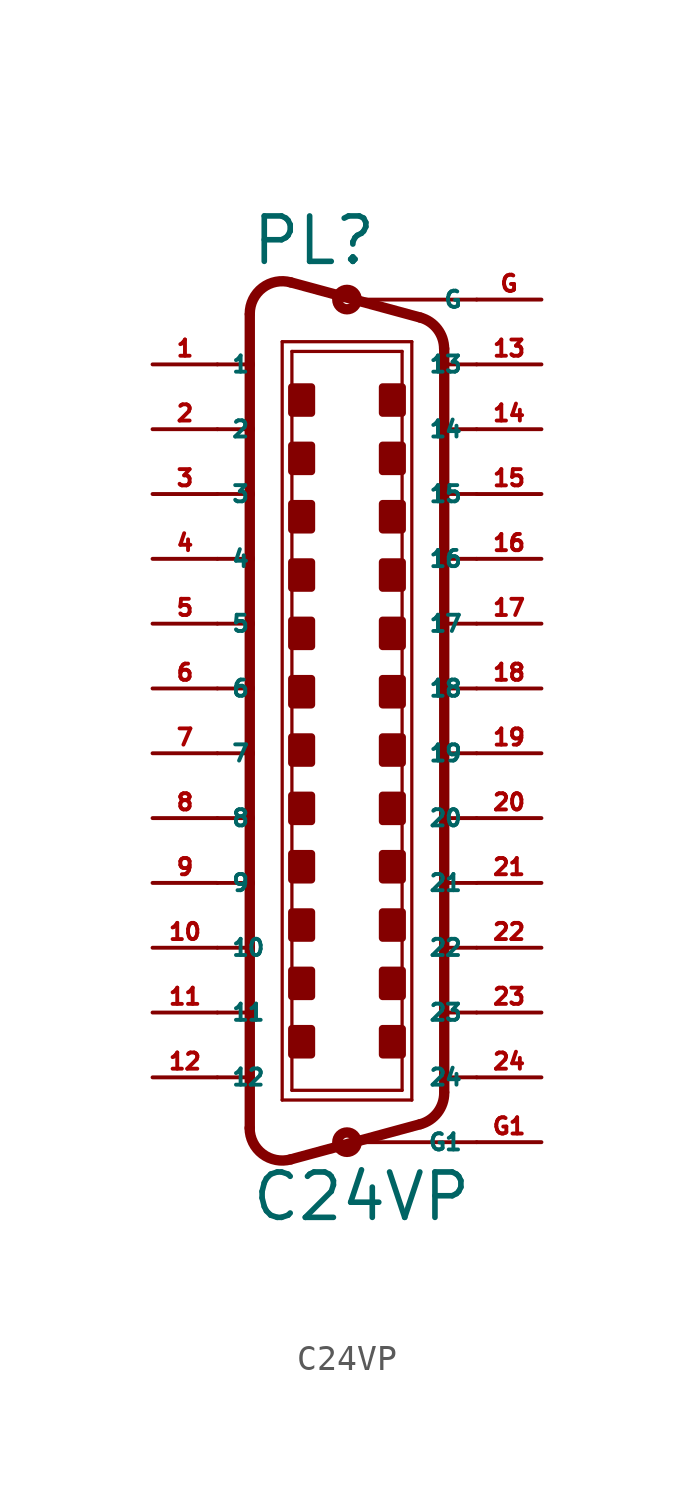
<source format=kicad_sym>
(kicad_symbol_lib
  (version 20220914)
  (generator Eagle2Kicad)
  (symbol "C24VP"
    (property "Reference" "PL"
      (at -3.81 19.05 0)
      (effects (font (size 1.778 1.778) (thickness 0.22)) (justify left bottom)))
    (property "Value" "C24VP"
      (at -3.81 -18.415 0)
      (effects (font (size 1.778 1.778) (thickness 0.22)) (justify left bottom)))
    (polyline
      (pts (xy -2.54 16.129) (xy 2.54 16.129))
      (stroke (width 0.127) (type default))
      (fill (type none)))
    (polyline
      (pts (xy -2.54 -13.589) (xy 2.54 -13.589))
      (stroke (width 0.127) (type default))
      (fill (type none)))
    (polyline
      (pts (xy -2.159 15.748) (xy 2.159 15.748))
      (stroke (width 0.127) (type default))
      (fill (type none)))
    (polyline
      (pts (xy 2.159 -13.208) (xy -2.159 -13.208))
      (stroke (width 0.127) (type default))
      (fill (type none)))
    (polyline
      (pts (xy 2.873 17.075) (xy -2.207 18.455))
      (stroke (width 0.406) (type default))
      (fill (type none)))
    (polyline
      (pts (xy 2.873 -14.535) (xy -2.207 -15.915))
      (stroke (width 0.406) (type default))
      (fill (type none)))
    (polyline
      (pts (xy -2.54 -13.589) (xy -2.54 16.129))
      (stroke (width 0.127) (type default))
      (fill (type none)))
    (polyline
      (pts (xy -3.81 17.184) (xy -3.81 15.24))
      (stroke (width 0.406) (type default))
      (fill (type none)))
    (polyline
      (pts (xy -3.81 15.24) (xy -3.81 12.7))
      (stroke (width 0.406) (type default))
      (fill (type none)))
    (polyline
      (pts (xy -3.81 12.7) (xy -3.81 10.16))
      (stroke (width 0.406) (type default))
      (fill (type none)))
    (polyline
      (pts (xy -3.81 10.16) (xy -3.81 7.62))
      (stroke (width 0.406) (type default))
      (fill (type none)))
    (polyline
      (pts (xy -3.81 7.62) (xy -3.81 5.08))
      (stroke (width 0.406) (type default))
      (fill (type none)))
    (polyline
      (pts (xy -3.81 5.08) (xy -3.81 2.54))
      (stroke (width 0.406) (type default))
      (fill (type none)))
    (polyline
      (pts (xy -3.81 2.54) (xy -3.81 0))
      (stroke (width 0.406) (type default))
      (fill (type none)))
    (polyline
      (pts (xy -3.81 0) (xy -3.81 -2.54))
      (stroke (width 0.406) (type default))
      (fill (type none)))
    (polyline
      (pts (xy -3.81 -2.54) (xy -3.81 -5.08))
      (stroke (width 0.406) (type default))
      (fill (type none)))
    (polyline
      (pts (xy -3.81 -5.08) (xy -3.81 -7.62))
      (stroke (width 0.406) (type default))
      (fill (type none)))
    (polyline
      (pts (xy -3.81 -7.62) (xy -3.81 -10.16))
      (stroke (width 0.406) (type default))
      (fill (type none)))
    (polyline
      (pts (xy -3.81 -10.16) (xy -3.81 -12.7))
      (stroke (width 0.406) (type default))
      (fill (type none)))
    (polyline
      (pts (xy -3.81 -12.7) (xy -3.81 -14.69))
      (stroke (width 0.406) (type default))
      (fill (type none)))
    (arc
      (start -3.81 -14.6898)
      (mid -3.311 -15.699)
      (end -2.207 -15.9154)
      (stroke (width 0.4064) (type default))
      (fill (type none)))
    (arc
      (start -2.207 18.4553)
      (mid -3.311 18.239)
      (end -3.81 17.2298)
      (stroke (width 0.4064) (type default))
      (fill (type none)))
    (polyline
      (pts (xy -2.159 -13.208) (xy -2.159 15.748))
      (stroke (width 0.127) (type default))
      (fill (type none)))
    (polyline
      (pts (xy 2.54 -13.589) (xy 2.54 16.129))
      (stroke (width 0.127) (type default))
      (fill (type none)))
    (polyline
      (pts (xy 3.81 -13.264) (xy 3.81 -12.7))
      (stroke (width 0.406) (type default))
      (fill (type none)))
    (polyline
      (pts (xy 3.81 -12.7) (xy 3.81 -10.16))
      (stroke (width 0.406) (type default))
      (fill (type none)))
    (polyline
      (pts (xy 3.81 -10.16) (xy 3.81 -7.62))
      (stroke (width 0.406) (type default))
      (fill (type none)))
    (polyline
      (pts (xy 3.81 -7.62) (xy 3.81 -5.08))
      (stroke (width 0.406) (type default))
      (fill (type none)))
    (polyline
      (pts (xy 3.81 -5.08) (xy 3.81 -2.54))
      (stroke (width 0.406) (type default))
      (fill (type none)))
    (polyline
      (pts (xy 3.81 -2.54) (xy 3.81 0))
      (stroke (width 0.406) (type default))
      (fill (type none)))
    (polyline
      (pts (xy 3.81 0) (xy 3.81 2.54))
      (stroke (width 0.406) (type default))
      (fill (type none)))
    (polyline
      (pts (xy 3.81 2.54) (xy 3.81 5.08))
      (stroke (width 0.406) (type default))
      (fill (type none)))
    (polyline
      (pts (xy 3.81 5.08) (xy 3.81 7.62))
      (stroke (width 0.406) (type default))
      (fill (type none)))
    (polyline
      (pts (xy 3.81 7.62) (xy 3.81 10.16))
      (stroke (width 0.406) (type default))
      (fill (type none)))
    (polyline
      (pts (xy 3.81 10.16) (xy 3.81 12.7))
      (stroke (width 0.406) (type default))
      (fill (type none)))
    (polyline
      (pts (xy 3.81 12.7) (xy 3.81 15.24))
      (stroke (width 0.406) (type default))
      (fill (type none)))
    (polyline
      (pts (xy 3.81 15.24) (xy 3.81 15.85))
      (stroke (width 0.406) (type default))
      (fill (type none)))
    (arc
      (start 2.873 -14.5351)
      (mid 3.549 -14.081)
      (end 3.81 -13.3096)
      (stroke (width 0.4064) (type default))
      (fill (type none)))
    (polyline
      (pts (xy 2.159 15.748) (xy 2.159 -13.208))
      (stroke (width 0.127) (type default))
      (fill (type none)))
    (arc
      (start 3.81 15.8496)
      (mid 3.549 16.621)
      (end 2.873 17.0752)
      (stroke (width 0.4064) (type default))
      (fill (type none)))
    (polyline
      (pts (xy -5.08 15.24) (xy -3.81 15.24))
      (stroke (width 0.152) (type default))
      (fill (type none)))
    (polyline
      (pts (xy -5.08 12.7) (xy -3.81 12.7))
      (stroke (width 0.152) (type default))
      (fill (type none)))
    (polyline
      (pts (xy -5.08 10.16) (xy -3.81 10.16))
      (stroke (width 0.152) (type default))
      (fill (type none)))
    (polyline
      (pts (xy -5.08 -5.08) (xy -3.81 -5.08))
      (stroke (width 0.152) (type default))
      (fill (type none)))
    (polyline
      (pts (xy -5.08 -7.62) (xy -3.81 -7.62))
      (stroke (width 0.152) (type default))
      (fill (type none)))
    (polyline
      (pts (xy -5.08 -10.16) (xy -3.81 -10.16))
      (stroke (width 0.152) (type default))
      (fill (type none)))
    (polyline
      (pts (xy -5.08 -12.7) (xy -3.81 -12.7))
      (stroke (width 0.152) (type default))
      (fill (type none)))
    (polyline
      (pts (xy 5.08 -12.7) (xy 3.81 -12.7))
      (stroke (width 0.152) (type default))
      (fill (type none)))
    (polyline
      (pts (xy 5.08 -10.16) (xy 3.81 -10.16))
      (stroke (width 0.152) (type default))
      (fill (type none)))
    (polyline
      (pts (xy 5.08 -7.62) (xy 3.81 -7.62))
      (stroke (width 0.152) (type default))
      (fill (type none)))
    (polyline
      (pts (xy 5.08 -5.08) (xy 3.81 -5.08))
      (stroke (width 0.152) (type default))
      (fill (type none)))
    (polyline
      (pts (xy 5.08 10.16) (xy 3.81 10.16))
      (stroke (width 0.152) (type default))
      (fill (type none)))
    (polyline
      (pts (xy 5.08 12.7) (xy 3.81 12.7))
      (stroke (width 0.152) (type default))
      (fill (type none)))
    (polyline
      (pts (xy 5.08 15.24) (xy 3.81 15.24))
      (stroke (width 0.152) (type default))
      (fill (type none)))
    (polyline
      (pts (xy 5.08 7.62) (xy 3.81 7.62))
      (stroke (width 0.152) (type default))
      (fill (type none)))
    (polyline
      (pts (xy 5.08 5.08) (xy 3.81 5.08))
      (stroke (width 0.152) (type default))
      (fill (type none)))
    (polyline
      (pts (xy 5.08 2.54) (xy 3.81 2.54))
      (stroke (width 0.152) (type default))
      (fill (type none)))
    (polyline
      (pts (xy 5.08 0) (xy 3.81 0))
      (stroke (width 0.152) (type default))
      (fill (type none)))
    (polyline
      (pts (xy 5.08 -2.54) (xy 3.81 -2.54))
      (stroke (width 0.152) (type default))
      (fill (type none)))
    (polyline
      (pts (xy -3.81 7.62) (xy -5.08 7.62))
      (stroke (width 0.152) (type default))
      (fill (type none)))
    (polyline
      (pts (xy -3.81 5.08) (xy -5.08 5.08))
      (stroke (width 0.152) (type default))
      (fill (type none)))
    (polyline
      (pts (xy -3.81 2.54) (xy -5.08 2.54))
      (stroke (width 0.152) (type default))
      (fill (type none)))
    (polyline
      (pts (xy -3.81 0) (xy -5.08 0))
      (stroke (width 0.152) (type default))
      (fill (type none)))
    (polyline
      (pts (xy -3.81 -2.54) (xy -5.08 -2.54))
      (stroke (width 0.152) (type default))
      (fill (type none)))
    (polyline
      (pts (xy 5.08 17.78) (xy 0 17.78))
      (stroke (width 0.152) (type default))
      (fill (type none)))
    (polyline
      (pts (xy 5.08 -15.24) (xy 0 -15.24))
      (stroke (width 0.152) (type default))
      (fill (type none)))
    (circle
      (center 0 17.78)
      (radius 0.381)
      (stroke (width 0.406) (type default))
      (fill (type none)))
    (circle
      (center 0 -15.24)
      (radius 0.381)
      (stroke (width 0.406) (type default))
      (fill (type none)))
    (rectangle
      (start -2.159 13.335)
      (end -1.397 14.351)
      (stroke (width 0.3) (type default))
      (fill (type outline)))
    (rectangle
      (start -2.159 11.049)
      (end -1.397 12.065)
      (stroke (width 0.3) (type default))
      (fill (type outline)))
    (rectangle
      (start 1.397 13.335)
      (end 2.159 14.351)
      (stroke (width 0.3) (type default))
      (fill (type outline)))
    (rectangle
      (start 1.397 11.049)
      (end 2.159 12.065)
      (stroke (width 0.3) (type default))
      (fill (type outline)))
    (rectangle
      (start -2.159 8.763)
      (end -1.397 9.779)
      (stroke (width 0.3) (type default))
      (fill (type outline)))
    (rectangle
      (start -2.159 6.477)
      (end -1.397 7.493)
      (stroke (width 0.3) (type default))
      (fill (type outline)))
    (rectangle
      (start 1.397 8.763)
      (end 2.159 9.779)
      (stroke (width 0.3) (type default))
      (fill (type outline)))
    (rectangle
      (start 1.397 6.477)
      (end 2.159 7.493)
      (stroke (width 0.3) (type default))
      (fill (type outline)))
    (rectangle
      (start -2.159 4.191)
      (end -1.397 5.207)
      (stroke (width 0.3) (type default))
      (fill (type outline)))
    (rectangle
      (start -2.159 -4.953)
      (end -1.397 -3.937)
      (stroke (width 0.3) (type default))
      (fill (type outline)))
    (rectangle
      (start 1.397 -4.953)
      (end 2.159 -3.937)
      (stroke (width 0.3) (type default))
      (fill (type outline)))
    (rectangle
      (start 1.397 -7.239)
      (end 2.159 -6.223)
      (stroke (width 0.3) (type default))
      (fill (type outline)))
    (rectangle
      (start -2.159 -7.239)
      (end -1.397 -6.223)
      (stroke (width 0.3) (type default))
      (fill (type outline)))
    (rectangle
      (start -2.159 -9.525)
      (end -1.397 -8.509)
      (stroke (width 0.3) (type default))
      (fill (type outline)))
    (rectangle
      (start 1.397 -2.667)
      (end 2.159 -1.651)
      (stroke (width 0.3) (type default))
      (fill (type outline)))
    (rectangle
      (start 1.397 -9.525)
      (end 2.159 -8.509)
      (stroke (width 0.3) (type default))
      (fill (type outline)))
    (rectangle
      (start -2.159 -11.811)
      (end -1.397 -10.795)
      (stroke (width 0.3) (type default))
      (fill (type outline)))
    (rectangle
      (start 1.397 -11.811)
      (end 2.159 -10.795)
      (stroke (width 0.3) (type default))
      (fill (type outline)))
    (rectangle
      (start -2.159 1.905)
      (end -1.397 2.921)
      (stroke (width 0.3) (type default))
      (fill (type outline)))
    (rectangle
      (start -2.159 -0.381)
      (end -1.397 0.635)
      (stroke (width 0.3) (type default))
      (fill (type outline)))
    (rectangle
      (start -2.159 -2.667)
      (end -1.397 -1.651)
      (stroke (width 0.3) (type default))
      (fill (type outline)))
    (rectangle
      (start 1.397 -0.381)
      (end 2.159 0.635)
      (stroke (width 0.3) (type default))
      (fill (type outline)))
    (rectangle
      (start 1.397 1.905)
      (end 2.159 2.921)
      (stroke (width 0.3) (type default))
      (fill (type outline)))
    (rectangle
      (start 1.397 4.191)
      (end 2.159 5.207)
      (stroke (width 0.3) (type default))
      (fill (type outline)))
    (pin passive line
      (at 7.62 17.78 180)
      (length 2.54)
      (name "G" (effects (font (size 0.635 0.635) (thickness 0.08)) (justify left bottom)))
      (number "G" (effects (font (size 0.635 0.635) (thickness 0.08)) (justify left bottom))))
    (pin passive line
      (at 7.62 -15.24 180)
      (length 2.54)
      (name "G1" (effects (font (size 0.635 0.635) (thickness 0.08)) (justify left bottom)))
      (number "G1" (effects (font (size 0.635 0.635) (thickness 0.08)) (justify left bottom))))
    (pin passive line
      (at -7.62 15.24 0)
      (length 2.54)
      (name "1" (effects (font (size 0.635 0.635) (thickness 0.08)) (justify left bottom)))
      (number "1" (effects (font (size 0.635 0.635) (thickness 0.08)) (justify left bottom))))
    (pin passive line
      (at -7.62 12.7 0)
      (length 2.54)
      (name "2" (effects (font (size 0.635 0.635) (thickness 0.08)) (justify left bottom)))
      (number "2" (effects (font (size 0.635 0.635) (thickness 0.08)) (justify left bottom))))
    (pin passive line
      (at -7.62 10.16 0)
      (length 2.54)
      (name "3" (effects (font (size 0.635 0.635) (thickness 0.08)) (justify left bottom)))
      (number "3" (effects (font (size 0.635 0.635) (thickness 0.08)) (justify left bottom))))
    (pin passive line
      (at -7.62 7.62 0)
      (length 2.54)
      (name "4" (effects (font (size 0.635 0.635) (thickness 0.08)) (justify left bottom)))
      (number "4" (effects (font (size 0.635 0.635) (thickness 0.08)) (justify left bottom))))
    (pin passive line
      (at -7.62 5.08 0)
      (length 2.54)
      (name "5" (effects (font (size 0.635 0.635) (thickness 0.08)) (justify left bottom)))
      (number "5" (effects (font (size 0.635 0.635) (thickness 0.08)) (justify left bottom))))
    (pin passive line
      (at -7.62 2.54 0)
      (length 2.54)
      (name "6" (effects (font (size 0.635 0.635) (thickness 0.08)) (justify left bottom)))
      (number "6" (effects (font (size 0.635 0.635) (thickness 0.08)) (justify left bottom))))
    (pin passive line
      (at -7.62 0 0)
      (length 2.54)
      (name "7" (effects (font (size 0.635 0.635) (thickness 0.08)) (justify left bottom)))
      (number "7" (effects (font (size 0.635 0.635) (thickness 0.08)) (justify left bottom))))
    (pin passive line
      (at -7.62 -2.54 0)
      (length 2.54)
      (name "8" (effects (font (size 0.635 0.635) (thickness 0.08)) (justify left bottom)))
      (number "8" (effects (font (size 0.635 0.635) (thickness 0.08)) (justify left bottom))))
    (pin passive line
      (at -7.62 -5.08 0)
      (length 2.54)
      (name "9" (effects (font (size 0.635 0.635) (thickness 0.08)) (justify left bottom)))
      (number "9" (effects (font (size 0.635 0.635) (thickness 0.08)) (justify left bottom))))
    (pin passive line
      (at -7.62 -7.62 0)
      (length 2.54)
      (name "10" (effects (font (size 0.635 0.635) (thickness 0.08)) (justify left bottom)))
      (number "10" (effects (font (size 0.635 0.635) (thickness 0.08)) (justify left bottom))))
    (pin passive line
      (at -7.62 -10.16 0)
      (length 2.54)
      (name "11" (effects (font (size 0.635 0.635) (thickness 0.08)) (justify left bottom)))
      (number "11" (effects (font (size 0.635 0.635) (thickness 0.08)) (justify left bottom))))
    (pin passive line
      (at -7.62 -12.7 0)
      (length 2.54)
      (name "12" (effects (font (size 0.635 0.635) (thickness 0.08)) (justify left bottom)))
      (number "12" (effects (font (size 0.635 0.635) (thickness 0.08)) (justify left bottom))))
    (pin passive line
      (at 7.62 15.24 180)
      (length 2.54)
      (name "13" (effects (font (size 0.635 0.635) (thickness 0.08)) (justify left bottom)))
      (number "13" (effects (font (size 0.635 0.635) (thickness 0.08)) (justify left bottom))))
    (pin passive line
      (at 7.62 12.7 180)
      (length 2.54)
      (name "14" (effects (font (size 0.635 0.635) (thickness 0.08)) (justify left bottom)))
      (number "14" (effects (font (size 0.635 0.635) (thickness 0.08)) (justify left bottom))))
    (pin passive line
      (at 7.62 10.16 180)
      (length 2.54)
      (name "15" (effects (font (size 0.635 0.635) (thickness 0.08)) (justify left bottom)))
      (number "15" (effects (font (size 0.635 0.635) (thickness 0.08)) (justify left bottom))))
    (pin passive line
      (at 7.62 7.62 180)
      (length 2.54)
      (name "16" (effects (font (size 0.635 0.635) (thickness 0.08)) (justify left bottom)))
      (number "16" (effects (font (size 0.635 0.635) (thickness 0.08)) (justify left bottom))))
    (pin passive line
      (at 7.62 5.08 180)
      (length 2.54)
      (name "17" (effects (font (size 0.635 0.635) (thickness 0.08)) (justify left bottom)))
      (number "17" (effects (font (size 0.635 0.635) (thickness 0.08)) (justify left bottom))))
    (pin passive line
      (at 7.62 2.54 180)
      (length 2.54)
      (name "18" (effects (font (size 0.635 0.635) (thickness 0.08)) (justify left bottom)))
      (number "18" (effects (font (size 0.635 0.635) (thickness 0.08)) (justify left bottom))))
    (pin passive line
      (at 7.62 0 180)
      (length 2.54)
      (name "19" (effects (font (size 0.635 0.635) (thickness 0.08)) (justify left bottom)))
      (number "19" (effects (font (size 0.635 0.635) (thickness 0.08)) (justify left bottom))))
    (pin passive line
      (at 7.62 -2.54 180)
      (length 2.54)
      (name "20" (effects (font (size 0.635 0.635) (thickness 0.08)) (justify left bottom)))
      (number "20" (effects (font (size 0.635 0.635) (thickness 0.08)) (justify left bottom))))
    (pin passive line
      (at 7.62 -5.08 180)
      (length 2.54)
      (name "21" (effects (font (size 0.635 0.635) (thickness 0.08)) (justify left bottom)))
      (number "21" (effects (font (size 0.635 0.635) (thickness 0.08)) (justify left bottom))))
    (pin passive line
      (at 7.62 -7.62 180)
      (length 2.54)
      (name "22" (effects (font (size 0.635 0.635) (thickness 0.08)) (justify left bottom)))
      (number "22" (effects (font (size 0.635 0.635) (thickness 0.08)) (justify left bottom))))
    (pin passive line
      (at 7.62 -10.16 180)
      (length 2.54)
      (name "23" (effects (font (size 0.635 0.635) (thickness 0.08)) (justify left bottom)))
      (number "23" (effects (font (size 0.635 0.635) (thickness 0.08)) (justify left bottom))))
    (pin passive line
      (at 7.62 -12.7 180)
      (length 2.54)
      (name "24" (effects (font (size 0.635 0.635) (thickness 0.08)) (justify left bottom)))
      (number "24" (effects (font (size 0.635 0.635) (thickness 0.08)) (justify left bottom))))))
</source>
